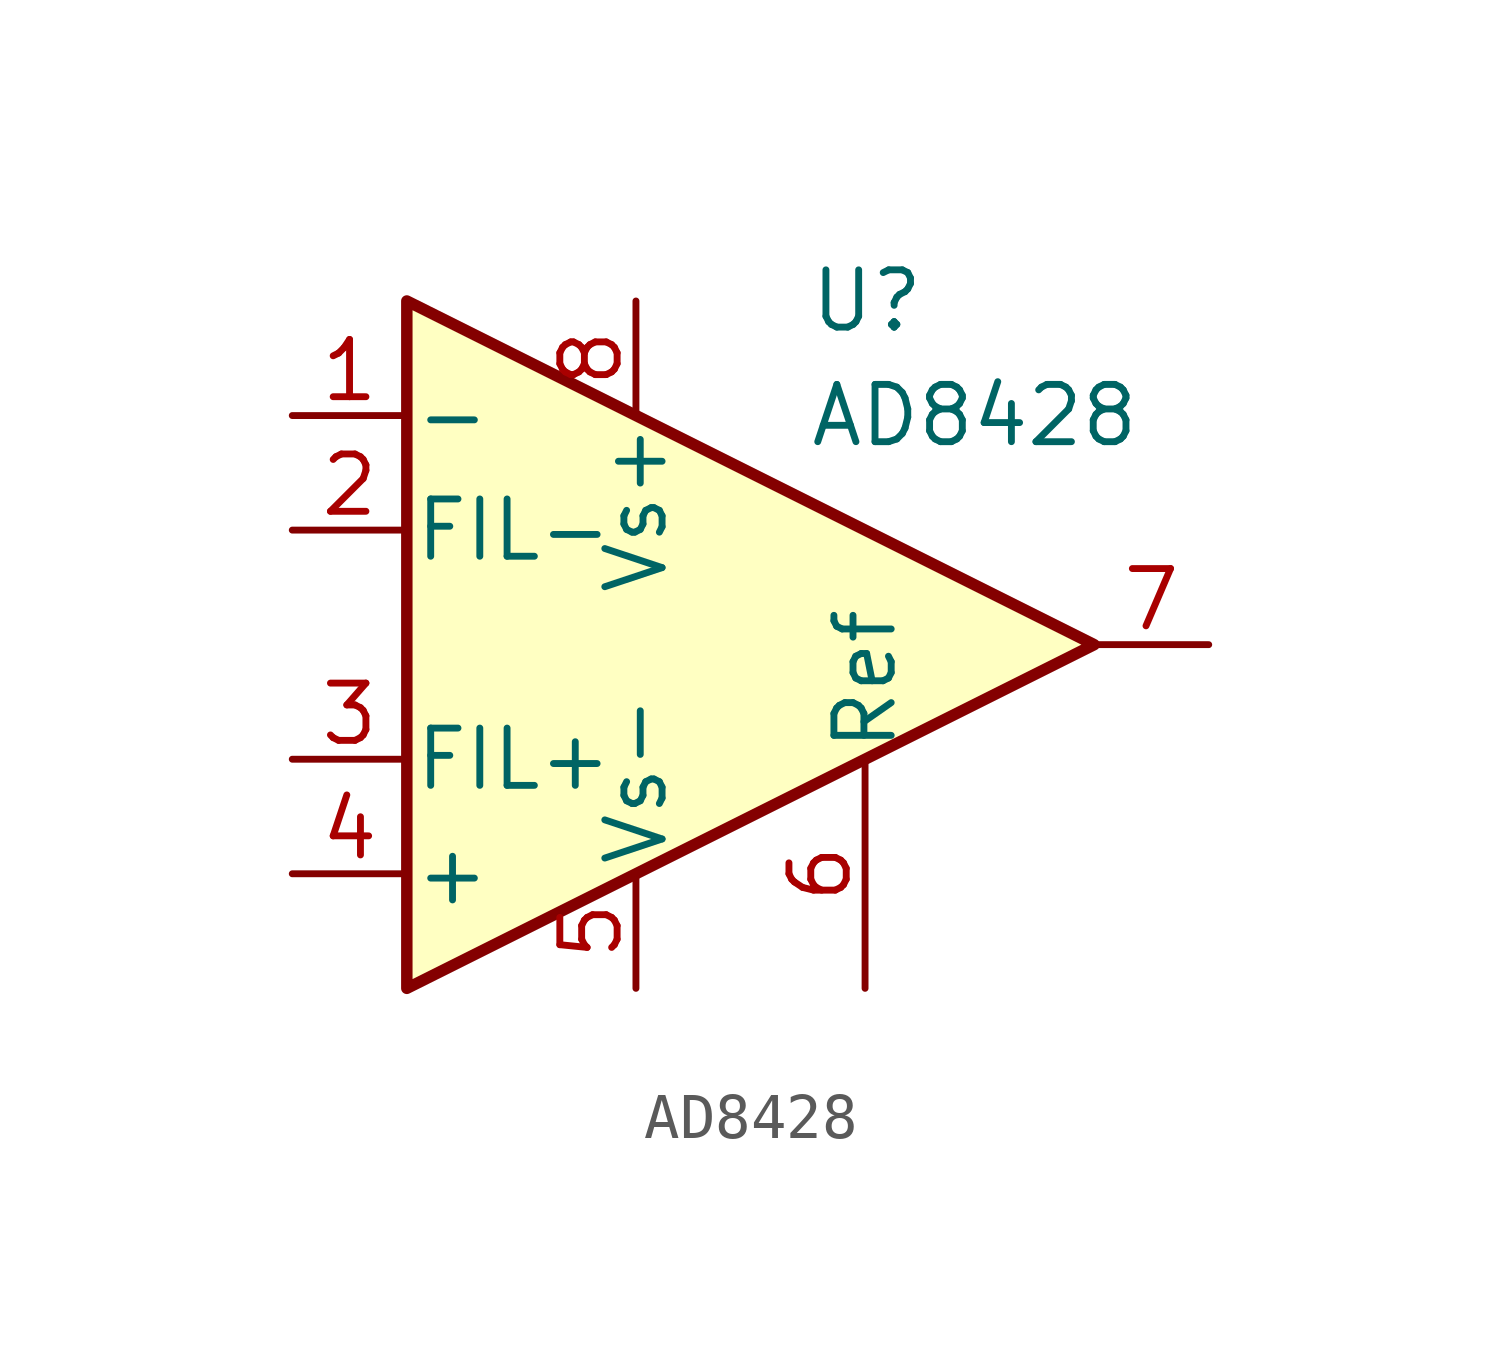
<source format=kicad_sym>
(kicad_symbol_lib
  (version 20220914)
  (generator kicad_symbol_editor)
  (symbol "AD8428"
    (pin_names
      (offset 0.127))
    (property "Reference" "U"
      (at 1.27 7.62 0)
      (effects (font (size 1.27 1.27)) (justify left)))
    (property "Value" "AD8428"
      (at 1.27 5.08 0)
      (effects (font (size 1.27 1.27)) (justify left)))
    (symbol "AD8428_0_1"
      (polyline (pts (xy -7.62 7.62) (xy -7.62 -7.62) (xy 7.62 0) (xy -7.62 7.62)) (stroke (width 0.254) (type default)) (fill (type background))))
    (symbol "AD8428_1_1"
      (pin input line (at -10.16 5.08 0) (length 2.54) (name "-" (effects (font (size 1.27 1.27)))) (number "1" (effects (font (size 1.27 1.27)))))
      (pin passive line (at -10.16 2.54 0) (length 2.54) (name "FIL-" (effects (font (size 1.27 1.27)))) (number "2" (effects (font (size 1.27 1.27)))))
      (pin passive line (at -10.16 -2.54 0) (length 2.54) (name "FIL+" (effects (font (size 1.27 1.27)))) (number "3" (effects (font (size 1.27 1.27)))))
      (pin input line (at -10.16 -5.08 0) (length 2.54) (name "+" (effects (font (size 1.27 1.27)))) (number "4" (effects (font (size 1.27 1.27)))))
      (pin power_in line (at -2.54 -7.62 90) (length 2.54) (name "Vs-" (effects (font (size 1.27 1.27)))) (number "5" (effects (font (size 1.27 1.27)))))
      (pin input line (at 2.54 -7.62 90) (length 5.08) (name "Ref" (effects (font (size 1.27 1.27)))) (number "6" (effects (font (size 1.27 1.27)))))
      (pin output line (at 10.16 0 180) (length 2.54) (name "~" (effects (font (size 1.27 1.27)))) (number "7" (effects (font (size 1.27 1.27)))))
      (pin power_in line (at -2.54 7.62 270) (length 2.54) (name "Vs+" (effects (font (size 1.27 1.27)))) (number "8" (effects (font (size 1.27 1.27))))))))
</source>
